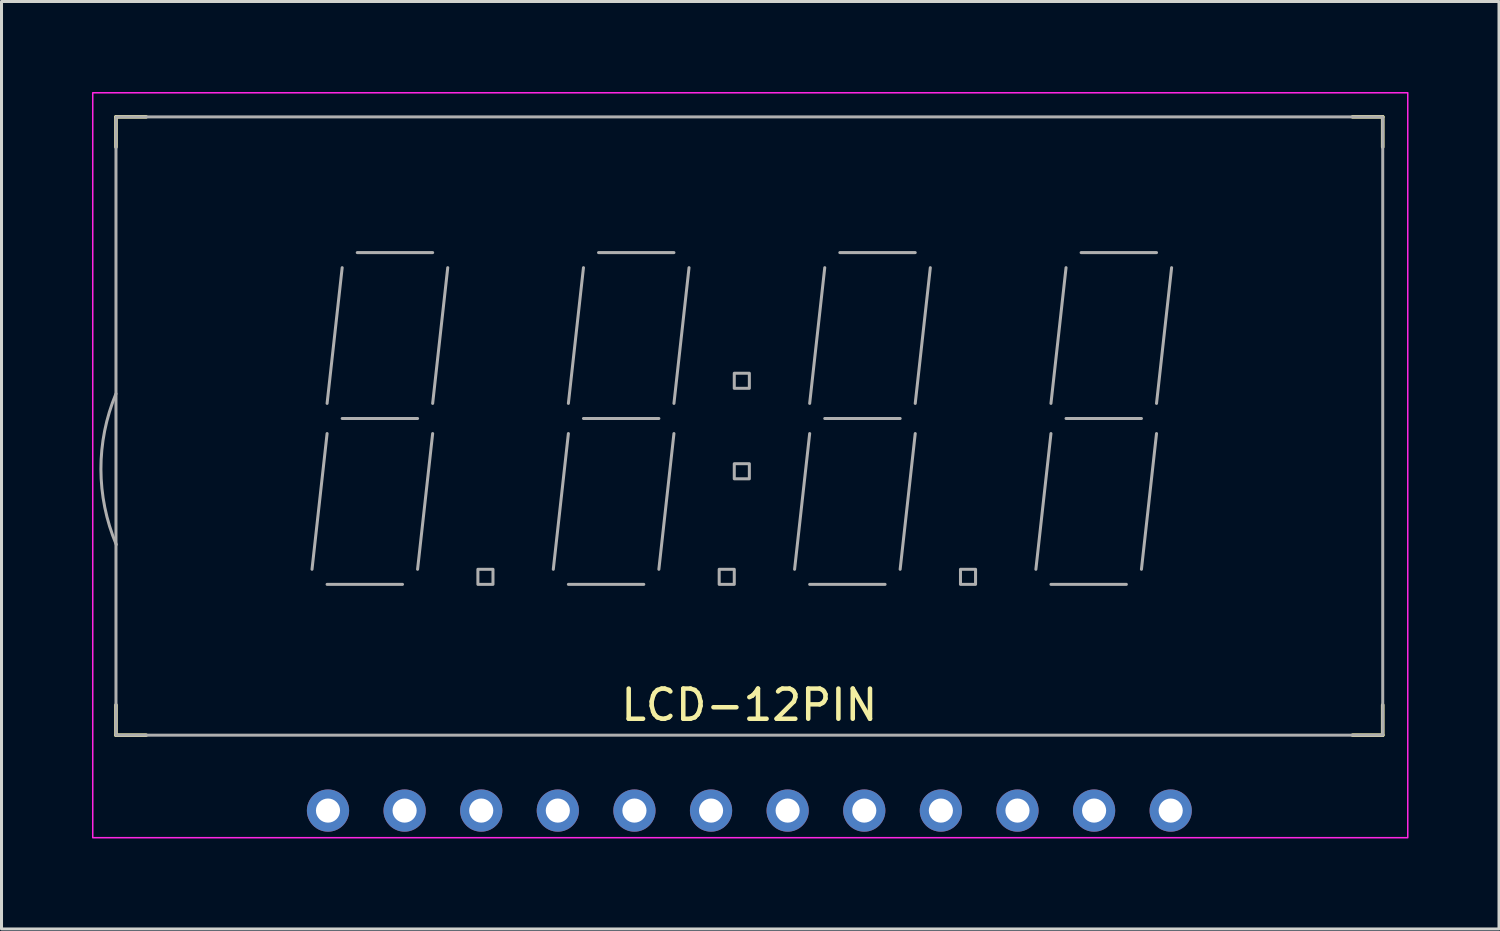
<source format=kicad_pcb>
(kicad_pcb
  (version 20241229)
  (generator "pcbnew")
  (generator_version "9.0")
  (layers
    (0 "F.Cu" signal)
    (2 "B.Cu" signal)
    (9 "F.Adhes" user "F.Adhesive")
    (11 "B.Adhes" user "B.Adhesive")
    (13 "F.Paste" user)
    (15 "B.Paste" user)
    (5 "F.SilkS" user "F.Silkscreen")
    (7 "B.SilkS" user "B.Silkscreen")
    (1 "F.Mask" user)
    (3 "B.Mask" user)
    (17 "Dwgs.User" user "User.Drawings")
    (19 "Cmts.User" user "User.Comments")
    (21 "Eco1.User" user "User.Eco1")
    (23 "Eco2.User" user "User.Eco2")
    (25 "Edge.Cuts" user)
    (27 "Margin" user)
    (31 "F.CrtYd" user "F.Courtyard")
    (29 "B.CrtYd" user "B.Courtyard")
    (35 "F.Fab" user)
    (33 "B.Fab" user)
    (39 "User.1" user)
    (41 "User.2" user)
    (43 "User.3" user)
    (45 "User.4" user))
  (footprint "LCD-12PIN"
    (layer "F.Cu")
    (at 21.795 23.825)
    (property "Reference" "LCD-12PIN" (at 0 -3.5 0) (layer "F.SilkS") (effects (font (size 1 1) (thickness 0.15))))
    (fp_line (start -21 -23) (end -21 -22) (stroke (width 0.12) (type solid)) (layer "F.SilkS"))
    (fp_line (start -21 -23) (end -20 -23) (stroke (width 0.12) (type solid)) (layer "F.SilkS"))
    (fp_line (start -21 -2.5) (end -21 -3.5) (stroke (width 0.12) (type solid)) (layer "F.SilkS"))
    (fp_line (start -21 -2.5) (end -20 -2.5) (stroke (width 0.12) (type solid)) (layer "F.SilkS"))
    (fp_line (start 21 -23) (end 20 -23) (stroke (width 0.12) (type solid)) (layer "F.SilkS"))
    (fp_line (start 21 -23) (end 21 -22) (stroke (width 0.12) (type solid)) (layer "F.SilkS"))
    (fp_line (start 21 -2.5) (end 20 -2.5) (stroke (width 0.12) (type solid)) (layer "F.SilkS"))
    (fp_line (start 21 -2.5) (end 21 -3.5) (stroke (width 0.12) (type solid)) (layer "F.SilkS"))
    (fp_rect (start -21.77 -23.8) (end 21.83 0.9) (stroke (width 0.05) (type solid)) (fill no) (layer "F.CrtYd"))
    (fp_line (start -14.5 -8) (end -14 -12.5) (stroke (width 0.1) (type solid)) (layer "F.Fab"))
    (fp_line (start -14 -13.5) (end -13.5 -18) (stroke (width 0.1) (type solid)) (layer "F.Fab"))
    (fp_line (start -14 -7.5) (end -11.5 -7.5) (stroke (width 0.1) (type solid)) (layer "F.Fab"))
    (fp_line (start -13.5 -13) (end -11 -13) (stroke (width 0.1) (type solid)) (layer "F.Fab"))
    (fp_line (start -13 -18.5) (end -10.5 -18.5) (stroke (width 0.1) (type solid)) (layer "F.Fab"))
    (fp_line (start -11 -8) (end -10.5 -12.5) (stroke (width 0.1) (type solid)) (layer "F.Fab"))
    (fp_line (start -10.5 -13.5) (end -10 -18) (stroke (width 0.1) (type solid)) (layer "F.Fab"))
    (fp_line (start -6.5 -8) (end -6 -12.5) (stroke (width 0.1) (type solid)) (layer "F.Fab"))
    (fp_line (start -6 -13.5) (end -5.5 -18) (stroke (width 0.1) (type solid)) (layer "F.Fab"))
    (fp_line (start -6 -7.5) (end -3.5 -7.5) (stroke (width 0.1) (type solid)) (layer "F.Fab"))
    (fp_line (start -5.5 -13) (end -3 -13) (stroke (width 0.1) (type solid)) (layer "F.Fab"))
    (fp_line (start -5 -18.5) (end -2.5 -18.5) (stroke (width 0.1) (type solid)) (layer "F.Fab"))
    (fp_line (start -3 -8) (end -2.5 -12.5) (stroke (width 0.1) (type solid)) (layer "F.Fab"))
    (fp_line (start -2.5 -13.5) (end -2 -18) (stroke (width 0.1) (type solid)) (layer "F.Fab"))
    (fp_line (start 1.5 -8) (end 2 -12.5) (stroke (width 0.1) (type solid)) (layer "F.Fab"))
    (fp_line (start 2 -13.5) (end 2.5 -18) (stroke (width 0.1) (type solid)) (layer "F.Fab"))
    (fp_line (start 2 -7.5) (end 4.5 -7.5) (stroke (width 0.1) (type solid)) (layer "F.Fab"))
    (fp_line (start 2.5 -13) (end 5 -13) (stroke (width 0.1) (type solid)) (layer "F.Fab"))
    (fp_line (start 3 -18.5) (end 5.5 -18.5) (stroke (width 0.1) (type solid)) (layer "F.Fab"))
    (fp_line (start 5 -8) (end 5.5 -12.5) (stroke (width 0.1) (type solid)) (layer "F.Fab"))
    (fp_line (start 5.5 -13.5) (end 6 -18) (stroke (width 0.1) (type solid)) (layer "F.Fab"))
    (fp_line (start 9.5 -8) (end 10 -12.5) (stroke (width 0.1) (type solid)) (layer "F.Fab"))
    (fp_line (start 10 -13.5) (end 10.5 -18) (stroke (width 0.1) (type solid)) (layer "F.Fab"))
    (fp_line (start 10 -7.5) (end 12.5 -7.5) (stroke (width 0.1) (type solid)) (layer "F.Fab"))
    (fp_line (start 10.5 -13) (end 13 -13) (stroke (width 0.1) (type solid)) (layer "F.Fab"))
    (fp_line (start 11 -18.5) (end 13.5 -18.5) (stroke (width 0.1) (type solid)) (layer "F.Fab"))
    (fp_line (start 13 -8) (end 13.5 -12.5) (stroke (width 0.1) (type solid)) (layer "F.Fab"))
    (fp_line (start 13.5 -13.5) (end 14 -18) (stroke (width 0.1) (type solid)) (layer "F.Fab"))
    (fp_rect (start -21 -2.5) (end 21 -23) (stroke (width 0.1) (type solid)) (fill no) (layer "F.Fab"))
    (fp_rect (start -9 -8) (end -8.5 -7.5) (stroke (width 0.1) (type solid)) (fill no) (layer "F.Fab"))
    (fp_rect (start -1 -8) (end -0.5 -7.5) (stroke (width 0.1) (type solid)) (fill no) (layer "F.Fab"))
    (fp_rect (start -0.5 -14.5) (end 0 -14) (stroke (width 0.1) (type solid)) (fill no) (layer "F.Fab"))
    (fp_rect (start -0.5 -11.5) (end 0 -11) (stroke (width 0.1) (type solid)) (fill no) (layer "F.Fab"))
    (fp_rect (start 7 -8) (end 7.5 -7.5) (stroke (width 0.1) (type solid)) (fill no) (layer "F.Fab"))
    (fp_arc (start -20.99 -8.820001) (mid -21.498796 -11.319002) (end -21 -13.820019) (stroke (width 0.1) (type solid)) (layer "F.Fab"))
    (pad "1" thru_hole circle (at -13.97 0) (size 1.4 1.4) (drill 0.8) (layers "*.Cu" "*.Mask"))
    (pad "2" thru_hole circle (at -11.43 0) (size 1.4 1.4) (drill 0.8) (layers "*.Cu" "*.Mask"))
    (pad "3" thru_hole circle (at -8.89 0) (size 1.4 1.4) (drill 0.8) (layers "*.Cu" "*.Mask"))
    (pad "4" thru_hole circle (at -6.35 0) (size 1.4 1.4) (drill 0.8) (layers "*.Cu" "*.Mask"))
    (pad "5" thru_hole circle (at -3.81 0) (size 1.4 1.4) (drill 0.8) (layers "*.Cu" "*.Mask"))
    (pad "6" thru_hole circle (at -1.27 0) (size 1.4 1.4) (drill 0.8) (layers "*.Cu" "*.Mask"))
    (pad "7" thru_hole circle (at 1.27 0) (size 1.4 1.4) (drill 0.8) (layers "*.Cu" "*.Mask"))
    (pad "8" thru_hole circle (at 3.81 0) (size 1.4 1.4) (drill 0.8) (layers "*.Cu" "*.Mask"))
    (pad "9" thru_hole circle (at 6.35 0) (size 1.4 1.4) (drill 0.8) (layers "*.Cu" "*.Mask"))
    (pad "10" thru_hole circle (at 8.89 0) (size 1.4 1.4) (drill 0.8) (layers "*.Cu" "*.Mask"))
    (pad "11" thru_hole circle (at 11.43 0) (size 1.4 1.4) (drill 0.8) (layers "*.Cu" "*.Mask"))
    (pad "12" thru_hole circle (at 13.97 0) (size 1.4 1.4) (drill 0.8) (layers "*.Cu" "*.Mask")))
  (gr_rect
    (start -3 -3)
    (end 46.65 27.75)
    (stroke (width 0.1) (type default))
    (fill no)
    (layer "Edge.Cuts")))
</source>
